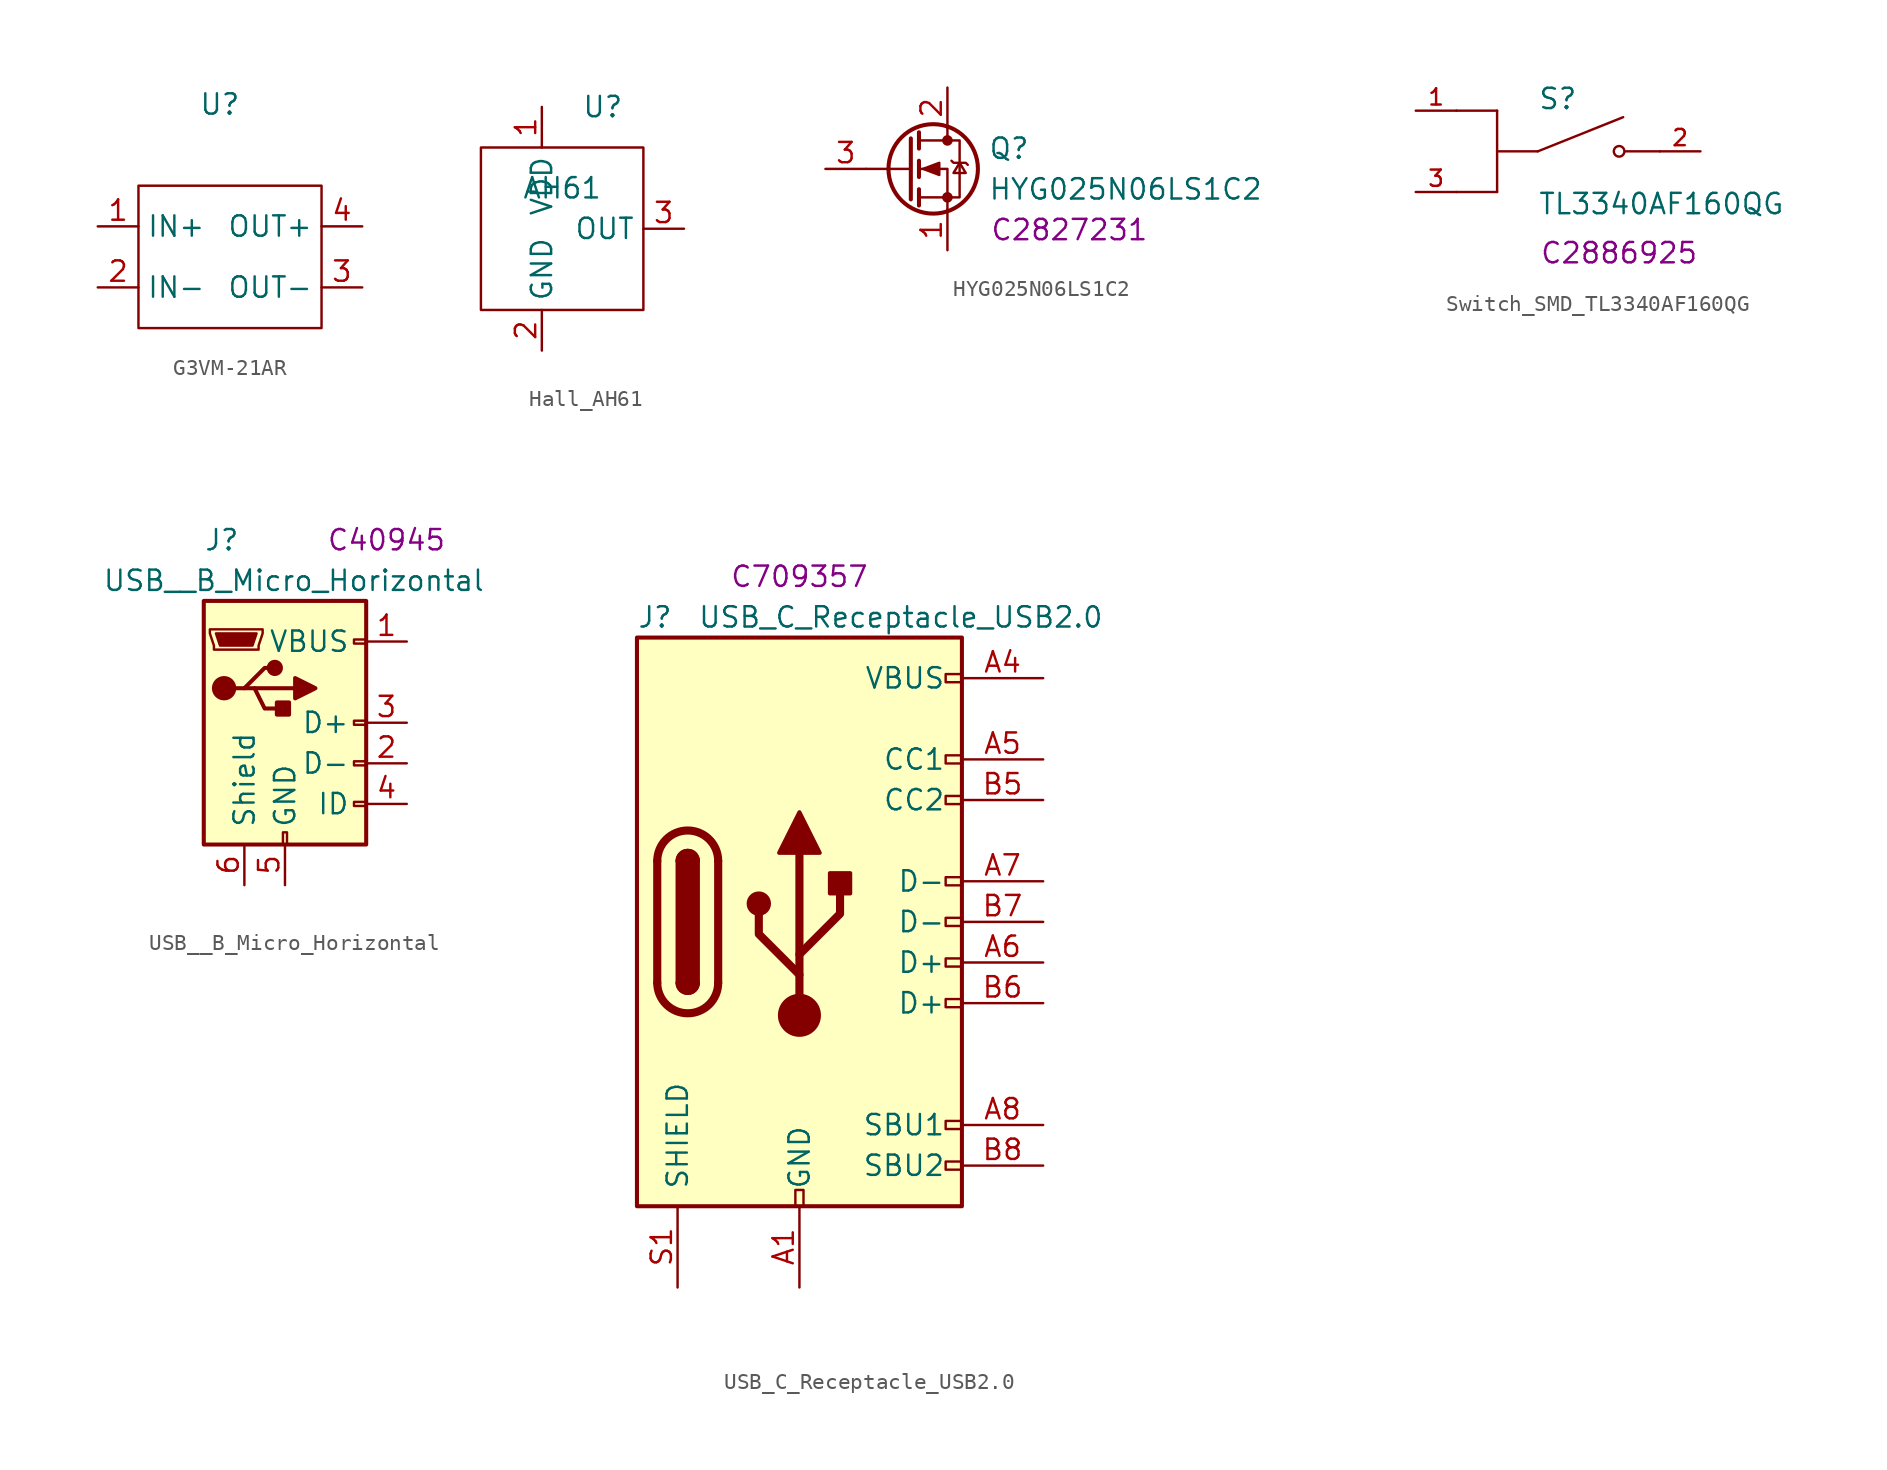
<source format=kicad_sym>
(kicad_symbol_lib
  (version 20220914)
  (generator kicad_symbol_editor)
  (symbol "G3VM-21AR"
    (property "Reference" "U"
      (at 0 8.89 0)
      (effects (font (size 1.27 1.27))))
    (property "Value" ""
      (at 0 0 0)
      (effects (font (size 1.27 1.27))))
    (symbol "G3VM-21AR_0_1"
      (rectangle (start -5.08 3.81) (end 6.35 -5.08) (stroke (width 0) (type default)) (fill (type none))))
    (symbol "G3VM-21AR_1_1"
      (pin input line (at -7.62 1.27 0) (length 2.54) (name "IN+" (effects (font (size 1.27 1.27)))) (number "1" (effects (font (size 1.27 1.27)))))
      (pin input line (at -7.62 -2.54 0) (length 2.54) (name "IN-" (effects (font (size 1.27 1.27)))) (number "2" (effects (font (size 1.27 1.27)))))
      (pin input line (at 8.89 -2.54 180) (length 2.54) (name "OUT-" (effects (font (size 1.27 1.27)))) (number "3" (effects (font (size 1.27 1.27)))))
      (pin input line (at 8.89 1.27 180) (length 2.54) (name "OUT+" (effects (font (size 1.27 1.27)))) (number "4" (effects (font (size 1.27 1.27)))))))
  (symbol "Hall_AH61"
    (property "Reference" "U"
      (at 2.54 5.08 0)
      (effects (font (size 1.27 1.27))))
    (property "Value" "AH61"
      (at 0 0 0)
      (effects (font (size 1.27 1.27))))
    (symbol "Hall_AH61_0_1"
      (rectangle (start -5.08 2.54) (end 5.08 -7.62) (stroke (width 0) (type default)) (fill (type none))))
    (symbol "Hall_AH61_1_1"
      (pin input line (at -1.27 5.08 270) (length 2.54) (name "VDD" (effects (font (size 1.27 1.27)))) (number "1" (effects (font (size 1.27 1.27)))))
      (pin input line (at -1.27 -10.16 90) (length 2.54) (name "GND" (effects (font (size 1.27 1.27)))) (number "2" (effects (font (size 1.27 1.27)))))
      (pin input line (at 7.62 -2.54 180) (length 2.54) (name "OUT" (effects (font (size 1.27 1.27)))) (number "3" (effects (font (size 1.27 1.27)))))))
  (symbol "HYG025N06LS1C2"
    (pin_names
      (offset 0) hide)
    (property "Reference" "Q"
      (at 5.08 1.27 0)
      (effects (font (size 1.27 1.27)) (justify left)))
    (property "Value" "HYG025N06LS1C2"
      (at 5.08 -1.27 0)
      (effects (font (size 1.27 1.27)) (justify left)))
    (property "LCSC" "C2827231"
      (at 10.16 -3.81 0)
      (effects (font (size 1.27 1.27))))
    (symbol "HYG025N06LS1C2_0_1"
      (polyline (pts (xy 0.254 0) (xy -2.54 0)) (stroke (width 0) (type default)) (fill (type none)))
      (polyline (pts (xy 0.254 1.905) (xy 0.254 -1.905)) (stroke (width 0.254) (type default)) (fill (type none)))
      (polyline (pts (xy 0.762 -1.27) (xy 0.762 -2.286)) (stroke (width 0.254) (type default)) (fill (type none)))
      (polyline (pts (xy 0.762 0.508) (xy 0.762 -0.508)) (stroke (width 0.254) (type default)) (fill (type none)))
      (polyline (pts (xy 0.762 2.286) (xy 0.762 1.27)) (stroke (width 0.254) (type default)) (fill (type none)))
      (polyline (pts (xy 2.54 2.54) (xy 2.54 1.778)) (stroke (width 0) (type default)) (fill (type none)))
      (polyline (pts (xy 2.54 -2.54) (xy 2.54 0) (xy 0.762 0)) (stroke (width 0) (type default)) (fill (type none)))
      (polyline (pts (xy 0.762 -1.778) (xy 3.302 -1.778) (xy 3.302 1.778) (xy 0.762 1.778)) (stroke (width 0) (type default)) (fill (type none)))
      (polyline (pts (xy 1.016 0) (xy 2.032 0.381) (xy 2.032 -0.381) (xy 1.016 0)) (stroke (width 0) (type default)) (fill (type outline)))
      (polyline (pts (xy 2.794 0.508) (xy 2.921 0.381) (xy 3.683 0.381) (xy 3.81 0.254)) (stroke (width 0) (type default)) (fill (type none)))
      (polyline (pts (xy 3.302 0.381) (xy 2.921 -0.254) (xy 3.683 -0.254) (xy 3.302 0.381)) (stroke (width 0) (type default)) (fill (type none)))
      (circle (center 1.651 0) (radius 2.794) (stroke (width 0.254) (type default)) (fill (type none)))
      (circle (center 2.54 -1.778) (radius 0.254) (stroke (width 0) (type default)) (fill (type outline)))
      (circle (center 2.54 1.778) (radius 0.254) (stroke (width 0) (type default)) (fill (type outline))))
    (symbol "HYG025N06LS1C2_1_1"
      (pin passive line (at 2.54 -5.08 90) (length 2.54) (name "S" (effects (font (size 1.27 1.27)))) (number "1" (effects (font (size 1.27 1.27)))))
      (pin passive line (at 2.54 5.08 270) (length 2.54) (name "D" (effects (font (size 1.27 1.27)))) (number "2" (effects (font (size 1.27 1.27)))))
      (pin input line (at -5.08 0 0) (length 2.54) (name "G" (effects (font (size 1.27 1.27)))) (number "3" (effects (font (size 1.27 1.27)))))))
  (symbol "Switch_SMD_TL3340AF160QG"
    (pin_names
      (offset 1.016))
    (property "Reference" "S"
      (at -2.54 2.54 0)
      (effects (font (size 1.27 1.27)) (justify left bottom)))
    (property "Value" "TL3340AF160QG"
      (at -2.54 -2.54 0)
      (effects (font (size 1.27 1.27)) (justify left top)))
    (property "LCSC" "C2886925"
      (at 2.54 -6.35 0)
      (effects (font (size 1.27 1.27))))
    (symbol "Switch_SMD_TL3340AF160QG_0_0"
      (polyline (pts (xy -5.08 -2.54) (xy -7.62 -2.54)) (stroke (width 0.152) (type default)) (fill (type none)))
      (polyline (pts (xy -5.08 2.54) (xy -7.62 2.54)) (stroke (width 0.152) (type default)) (fill (type none)))
      (polyline (pts (xy -5.08 2.54) (xy -5.08 -2.54)) (stroke (width 0.152) (type default)) (fill (type none)))
      (polyline (pts (xy -2.54 0) (xy -5.08 0)) (stroke (width 0.152) (type default)) (fill (type none)))
      (polyline (pts (xy -2.54 0) (xy 2.794 2.134)) (stroke (width 0.152) (type default)) (fill (type none)))
      (polyline (pts (xy 5.08 0) (xy 2.921 0)) (stroke (width 0.152) (type default)) (fill (type none)))
      (circle (center 2.54 0) (radius 0.33) (stroke (width 0.152) (type default)) (fill (type none)))
      (pin passive line (at -10.16 2.54 0) (length 2.54) (name "~" (effects (font (size 1.016 1.016)))) (number "1" (effects (font (size 1.016 1.016)))))
      (pin passive line (at 7.62 0 180) (length 2.54) (name "~" (effects (font (size 1.016 1.016)))) (number "2" (effects (font (size 1.016 1.016)))))
      (pin passive line (at -10.16 -2.54 0) (length 2.54) (name "~" (effects (font (size 1.016 1.016)))) (number "3" (effects (font (size 1.016 1.016)))))))
  (symbol "USB__B_Micro_Horizontal"
    (pin_names
      (offset 1.016))
    (property "Reference" "J"
      (at -5.08 11.43 0)
      (effects (font (size 1.27 1.27)) (justify left)))
    (property "Value" "USB__B_Micro_Horizontal"
      (at -11.43 8.89 0)
      (effects (font (size 1.27 1.27)) (justify left)))
    (property "LCSC" "C40945"
      (at 6.35 11.43 0)
      (effects (font (size 1.27 1.27))))
    (symbol "USB__B_Micro_Horizontal_0_1"
      (rectangle (start -5.08 7.62) (end 5.08 -7.62) (stroke (width 0.254) (type default)) (fill (type background)))
      (circle (center -3.81 2.159) (radius 0.635) (stroke (width 0.254) (type default)) (fill (type outline)))
      (circle (center -0.635 3.429) (radius 0.381) (stroke (width 0.254) (type default)) (fill (type outline)))
      (rectangle (start -0.127 -7.62) (end 0.127 -6.858) (stroke (width 0) (type default)) (fill (type none)))
      (polyline (pts (xy -1.905 2.159) (xy 0.635 2.159)) (stroke (width 0.254) (type default)) (fill (type none)))
      (polyline (pts (xy -3.175 2.159) (xy -2.54 2.159) (xy -1.27 3.429) (xy -0.635 3.429)) (stroke (width 0.254) (type default)) (fill (type none)))
      (polyline (pts (xy -2.54 2.159) (xy -1.905 2.159) (xy -1.27 0.889) (xy 0 0.889)) (stroke (width 0.254) (type default)) (fill (type none)))
      (polyline (pts (xy 0.635 2.794) (xy 0.635 1.524) (xy 1.905 2.159) (xy 0.635 2.794)) (stroke (width 0.254) (type default)) (fill (type outline)))
      (polyline (pts (xy -4.318 5.588) (xy -1.778 5.588) (xy -2.032 4.826) (xy -4.064 4.826) (xy -4.318 5.588)) (stroke (width 0) (type default)) (fill (type outline)))
      (polyline (pts (xy -4.699 5.842) (xy -4.699 5.588) (xy -4.445 4.826) (xy -4.445 4.572) (xy -1.651 4.572) (xy -1.651 4.826) (xy -1.397 5.588) (xy -1.397 5.842) (xy -4.699 5.842)) (stroke (width 0) (type default)) (fill (type none)))
      (rectangle (start 0.254 1.27) (end -0.508 0.508) (stroke (width 0.254) (type default)) (fill (type outline)))
      (rectangle (start 5.08 -5.207) (end 4.318 -4.953) (stroke (width 0) (type default)) (fill (type none)))
      (rectangle (start 5.08 -2.667) (end 4.318 -2.413) (stroke (width 0) (type default)) (fill (type none)))
      (rectangle (start 5.08 -0.127) (end 4.318 0.127) (stroke (width 0) (type default)) (fill (type none)))
      (rectangle (start 5.08 4.953) (end 4.318 5.207) (stroke (width 0) (type default)) (fill (type none))))
    (symbol "USB__B_Micro_Horizontal_1_1"
      (pin power_out line (at 7.62 5.08 180) (length 2.54) (name "VBUS" (effects (font (size 1.27 1.27)))) (number "1" (effects (font (size 1.27 1.27)))))
      (pin bidirectional line (at 7.62 -2.54 180) (length 2.54) (name "D-" (effects (font (size 1.27 1.27)))) (number "2" (effects (font (size 1.27 1.27)))))
      (pin bidirectional line (at 7.62 0 180) (length 2.54) (name "D+" (effects (font (size 1.27 1.27)))) (number "3" (effects (font (size 1.27 1.27)))))
      (pin passive line (at 7.62 -5.08 180) (length 2.54) (name "ID" (effects (font (size 1.27 1.27)))) (number "4" (effects (font (size 1.27 1.27)))))
      (pin power_out line (at 0 -10.16 90) (length 2.54) (name "GND" (effects (font (size 1.27 1.27)))) (number "5" (effects (font (size 1.27 1.27)))))
      (pin passive line (at -2.54 -10.16 90) (length 2.54) (name "Shield" (effects (font (size 1.27 1.27)))) (number "6" (effects (font (size 1.27 1.27)))))))
  (symbol "USB_C_Receptacle_USB2.0"
    (pin_names
      (offset 1.016))
    (property "Reference" "J"
      (at -10.16 19.05 0)
      (effects (font (size 1.27 1.27)) (justify left)))
    (property "Value" "USB_C_Receptacle_USB2.0"
      (at 19.05 19.05 0)
      (effects (font (size 1.27 1.27)) (justify right)))
    (property "LCSC" "C709357"
      (at 0 21.59 0)
      (effects (font (size 1.27 1.27))))
    (symbol "USB_C_Receptacle_USB2.0_0_0"
      (rectangle (start -0.254 -17.78) (end 0.254 -16.764) (stroke (width 0) (type default)) (fill (type none)))
      (rectangle (start 10.16 -14.986) (end 9.144 -15.494) (stroke (width 0) (type default)) (fill (type none)))
      (rectangle (start 10.16 -12.446) (end 9.144 -12.954) (stroke (width 0) (type default)) (fill (type none)))
      (rectangle (start 10.16 -4.826) (end 9.144 -5.334) (stroke (width 0) (type default)) (fill (type none)))
      (rectangle (start 10.16 -2.286) (end 9.144 -2.794) (stroke (width 0) (type default)) (fill (type none)))
      (rectangle (start 10.16 0.254) (end 9.144 -0.254) (stroke (width 0) (type default)) (fill (type none)))
      (rectangle (start 10.16 2.794) (end 9.144 2.286) (stroke (width 0) (type default)) (fill (type none)))
      (rectangle (start 10.16 7.874) (end 9.144 7.366) (stroke (width 0) (type default)) (fill (type none)))
      (rectangle (start 10.16 10.414) (end 9.144 9.906) (stroke (width 0) (type default)) (fill (type none)))
      (rectangle (start 10.16 15.494) (end 9.144 14.986) (stroke (width 0) (type default)) (fill (type none))))
    (symbol "USB_C_Receptacle_USB2.0_0_1"
      (rectangle (start -10.16 17.78) (end 10.16 -17.78) (stroke (width 0.254) (type default)) (fill (type background)))
      (arc (start -8.89 -3.81) (mid -6.985 -5.7067) (end -5.08 -3.81) (stroke (width 0.508) (type default)) (fill (type none)))
      (arc (start -7.62 -3.81) (mid -6.985 -4.4423) (end -6.35 -3.81) (stroke (width 0.254) (type default)) (fill (type none)))
      (arc (start -7.62 -3.81) (mid -6.985 -4.4423) (end -6.35 -3.81) (stroke (width 0.254) (type default)) (fill (type outline)))
      (rectangle (start -7.62 -3.81) (end -6.35 3.81) (stroke (width 0.254) (type default)) (fill (type outline)))
      (arc (start -6.35 3.81) (mid -6.985 4.4423) (end -7.62 3.81) (stroke (width 0.254) (type default)) (fill (type none)))
      (arc (start -6.35 3.81) (mid -6.985 4.4423) (end -7.62 3.81) (stroke (width 0.254) (type default)) (fill (type outline)))
      (arc (start -5.08 3.81) (mid -6.985 5.7067) (end -8.89 3.81) (stroke (width 0.508) (type default)) (fill (type none)))
      (circle (center -2.54 1.143) (radius 0.635) (stroke (width 0.254) (type default)) (fill (type outline)))
      (circle (center 0 -5.842) (radius 1.27) (stroke (width 0) (type default)) (fill (type outline)))
      (polyline (pts (xy -8.89 -3.81) (xy -8.89 3.81)) (stroke (width 0.508) (type default)) (fill (type none)))
      (polyline (pts (xy -5.08 3.81) (xy -5.08 -3.81)) (stroke (width 0.508) (type default)) (fill (type none)))
      (polyline (pts (xy 0 -5.842) (xy 0 4.318)) (stroke (width 0.508) (type default)) (fill (type none)))
      (polyline (pts (xy 0 -3.302) (xy -2.54 -0.762) (xy -2.54 0.508)) (stroke (width 0.508) (type default)) (fill (type none)))
      (polyline (pts (xy 0 -2.032) (xy 2.54 0.508) (xy 2.54 1.778)) (stroke (width 0.508) (type default)) (fill (type none)))
      (polyline (pts (xy -1.27 4.318) (xy 0 6.858) (xy 1.27 4.318) (xy -1.27 4.318)) (stroke (width 0.254) (type default)) (fill (type outline)))
      (rectangle (start 1.905 1.778) (end 3.175 3.048) (stroke (width 0.254) (type default)) (fill (type outline))))
    (symbol "USB_C_Receptacle_USB2.0_1_1"
      (pin passive line (at 0 -22.86 90) (length 5.08) (name "GND" (effects (font (size 1.27 1.27)))) (number "A1" (effects (font (size 1.27 1.27)))))
      (pin passive line (at 0 -22.86 90) (length 5.08) hide (name "GND" (effects (font (size 1.27 1.27)))) (number "A12" (effects (font (size 1.27 1.27)))))
      (pin passive line (at 15.24 15.24 180) (length 5.08) (name "VBUS" (effects (font (size 1.27 1.27)))) (number "A4" (effects (font (size 1.27 1.27)))))
      (pin bidirectional line (at 15.24 10.16 180) (length 5.08) (name "CC1" (effects (font (size 1.27 1.27)))) (number "A5" (effects (font (size 1.27 1.27)))))
      (pin bidirectional line (at 15.24 -2.54 180) (length 5.08) (name "D+" (effects (font (size 1.27 1.27)))) (number "A6" (effects (font (size 1.27 1.27)))))
      (pin bidirectional line (at 15.24 2.54 180) (length 5.08) (name "D-" (effects (font (size 1.27 1.27)))) (number "A7" (effects (font (size 1.27 1.27)))))
      (pin bidirectional line (at 15.24 -12.7 180) (length 5.08) (name "SBU1" (effects (font (size 1.27 1.27)))) (number "A8" (effects (font (size 1.27 1.27)))))
      (pin passive line (at 15.24 15.24 180) (length 5.08) hide (name "VBUS" (effects (font (size 1.27 1.27)))) (number "A9" (effects (font (size 1.27 1.27)))))
      (pin passive line (at 0 -22.86 90) (length 5.08) hide (name "GND" (effects (font (size 1.27 1.27)))) (number "B1" (effects (font (size 1.27 1.27)))))
      (pin passive line (at 0 -22.86 90) (length 5.08) hide (name "GND" (effects (font (size 1.27 1.27)))) (number "B12" (effects (font (size 1.27 1.27)))))
      (pin passive line (at 15.24 15.24 180) (length 5.08) hide (name "VBUS" (effects (font (size 1.27 1.27)))) (number "B4" (effects (font (size 1.27 1.27)))))
      (pin bidirectional line (at 15.24 7.62 180) (length 5.08) (name "CC2" (effects (font (size 1.27 1.27)))) (number "B5" (effects (font (size 1.27 1.27)))))
      (pin bidirectional line (at 15.24 -5.08 180) (length 5.08) (name "D+" (effects (font (size 1.27 1.27)))) (number "B6" (effects (font (size 1.27 1.27)))))
      (pin bidirectional line (at 15.24 0 180) (length 5.08) (name "D-" (effects (font (size 1.27 1.27)))) (number "B7" (effects (font (size 1.27 1.27)))))
      (pin bidirectional line (at 15.24 -15.24 180) (length 5.08) (name "SBU2" (effects (font (size 1.27 1.27)))) (number "B8" (effects (font (size 1.27 1.27)))))
      (pin passive line (at 15.24 15.24 180) (length 5.08) hide (name "VBUS" (effects (font (size 1.27 1.27)))) (number "B9" (effects (font (size 1.27 1.27)))))
      (pin passive line (at -7.62 -22.86 90) (length 5.08) (name "SHIELD" (effects (font (size 1.27 1.27)))) (number "S1" (effects (font (size 1.27 1.27))))))))
</source>
